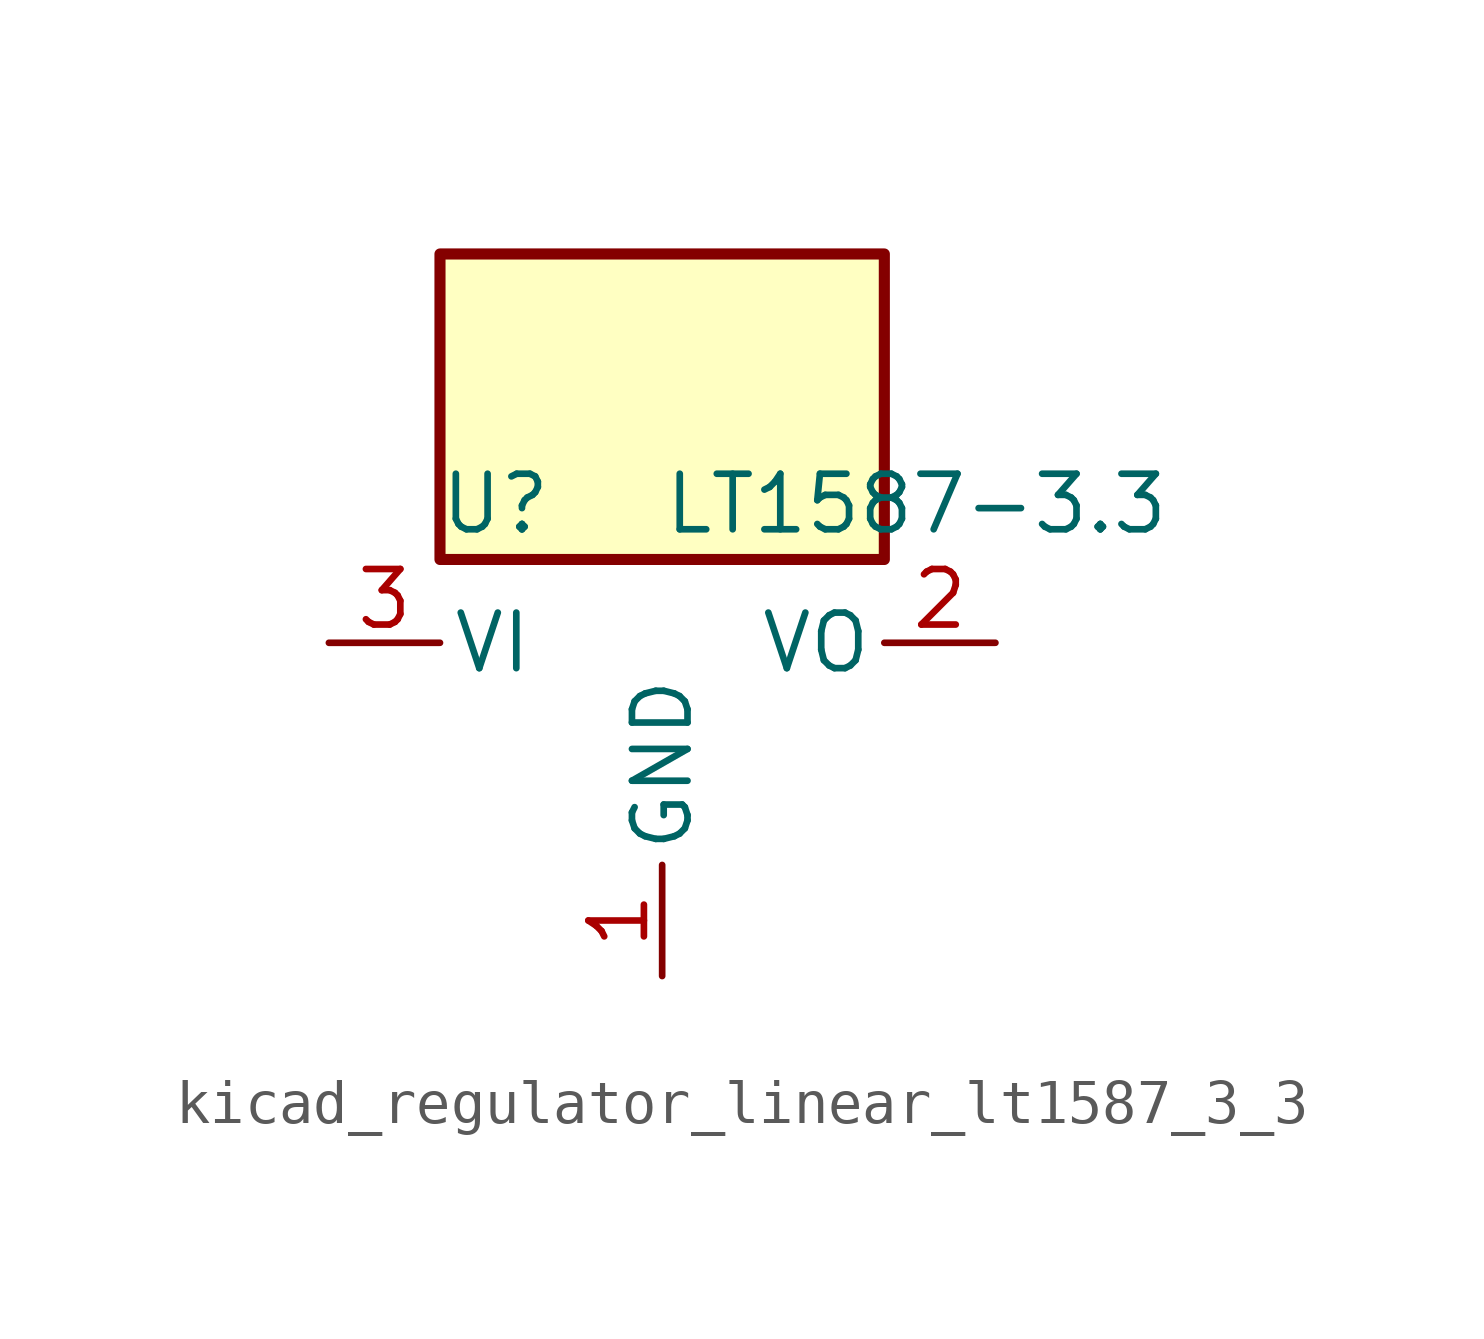
<source format=kicad_sym>
(kicad_symbol_lib
  (version 20220914)
  (generator kicad_symbol_editor)
  (symbol "kicad_regulator_linear_lt1587_3_3"
    (pin_names
      (offset 0.254))
    (property "Reference" "U"
      (at -3.81 3.175 0)
      (effects (font (size 1.27 1.27))))
    (property "Value" "LT1587-3.3"
      (at 0 3.175 0)
      (effects (font (size 1.27 1.27)) (justify left)))
    (symbol "kicad_regulator_linear_lt1587_3_3_0_1"
      (rectangle (start 5.08 8.89) (end -5.08 1.905) (stroke (width 0.254) (type default)) (fill (type background))))
    (symbol "kicad_regulator_linear_lt1587_3_3_1_1"
      (pin power_in line (at 0 -7.62 90) (length 2.54) (name "GND" (effects (font (size 1.27 1.27)))) (number "1" (effects (font (size 1.27 1.27)))))
      (pin power_out line (at 7.62 0 180) (length 2.54) (name "VO" (effects (font (size 1.27 1.27)))) (number "2" (effects (font (size 1.27 1.27)))))
      (pin power_in line (at -7.62 0 0) (length 2.54) (name "VI" (effects (font (size 1.27 1.27)))) (number "3" (effects (font (size 1.27 1.27))))))))
</source>
